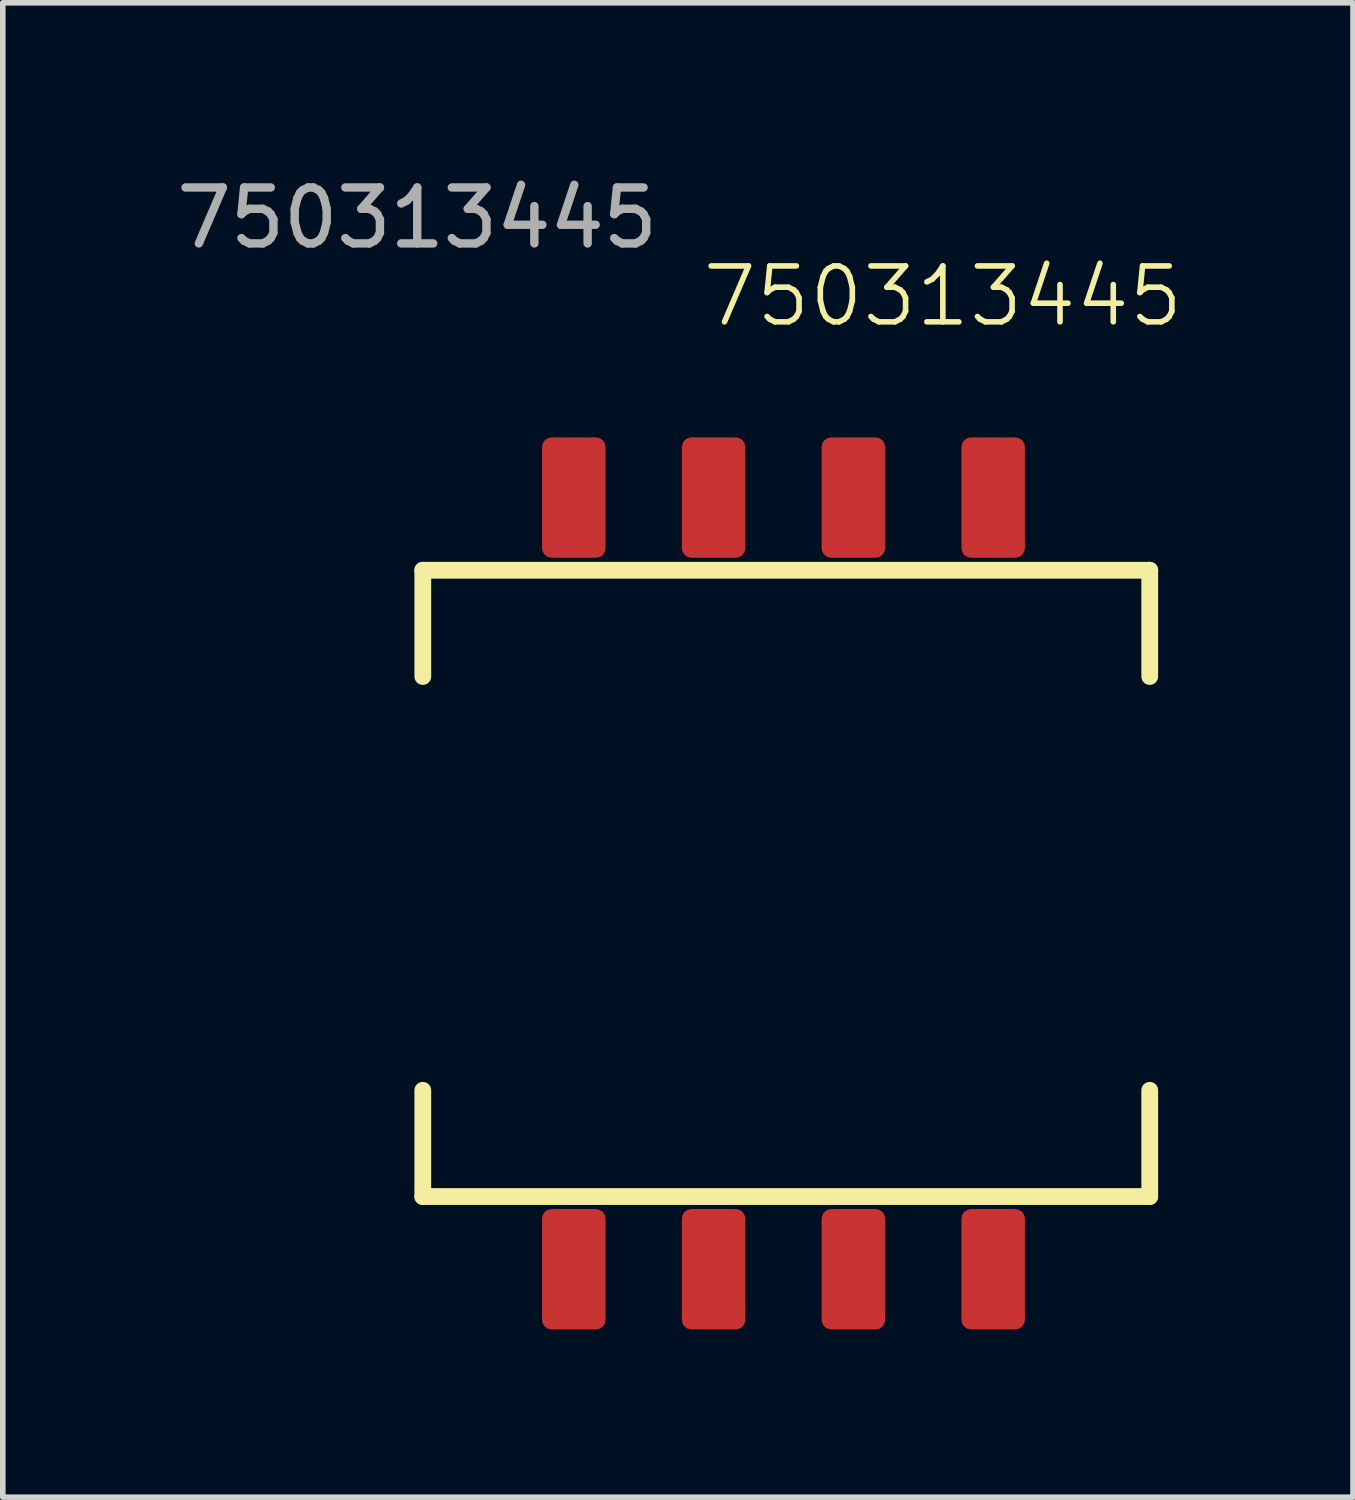
<source format=kicad_pcb>
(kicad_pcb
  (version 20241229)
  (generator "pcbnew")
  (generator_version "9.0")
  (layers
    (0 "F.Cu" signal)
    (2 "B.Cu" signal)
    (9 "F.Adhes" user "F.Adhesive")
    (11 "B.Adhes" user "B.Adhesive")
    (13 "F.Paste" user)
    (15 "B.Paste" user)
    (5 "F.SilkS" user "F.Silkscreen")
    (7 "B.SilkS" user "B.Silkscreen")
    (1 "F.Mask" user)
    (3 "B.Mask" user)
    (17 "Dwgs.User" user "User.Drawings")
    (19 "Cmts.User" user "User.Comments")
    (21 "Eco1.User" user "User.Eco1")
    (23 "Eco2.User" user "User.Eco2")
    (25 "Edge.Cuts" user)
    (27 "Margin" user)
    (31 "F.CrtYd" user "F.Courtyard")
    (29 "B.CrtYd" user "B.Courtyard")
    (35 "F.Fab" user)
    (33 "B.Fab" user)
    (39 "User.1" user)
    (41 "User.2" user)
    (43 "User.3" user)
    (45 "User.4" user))
  (footprint "750313445"
    (layer "F.Cu")
    (at 6.711 4.948)
    (property "Reference" "750313445" (at 7.1 -2.7 0) (unlocked yes) (layer "F.SilkS") (effects (font (size 1 1) (thickness 0.1))))
    (attr smd)
    (fp_line (start -2.2 2.2) (end 10.8 2.2) (stroke (width 0.3) (type solid)) (layer "F.SilkS"))
    (fp_line (start -2.2 4.1) (end -2.2 2.2) (stroke (width 0.3) (type solid)) (layer "F.SilkS"))
    (fp_line (start -2.2 11.5) (end -2.2 13.4) (stroke (width 0.3) (type solid)) (layer "F.SilkS"))
    (fp_line (start 10.8 4.1) (end 10.8 2.2) (stroke (width 0.3) (type solid)) (layer "F.SilkS"))
    (fp_line (start 10.8 11.5) (end 10.8 13.4) (stroke (width 0.3) (type solid)) (layer "F.SilkS"))
    (fp_line (start 10.8 13.4) (end -2.2 13.4) (stroke (width 0.3) (type solid)) (layer "F.SilkS"))
    (fp_text user "${REFERENCE}" (at -2.3 -4.1 0) (unlocked yes) (layer "F.Fab") (effects (font (size 1 1) (thickness 0.15))))
    (pad "1" smd roundrect (at 0.5 0.9 270) (size 2.152 1.135) (layers "F.Cu" "F.Mask" "F.Paste") (roundrect_rratio 0.15))
    (pad "2" smd roundrect (at 3 0.9 270) (size 2.152 1.135) (layers "F.Cu" "F.Mask" "F.Paste") (roundrect_rratio 0.15))
    (pad "3" smd roundrect (at 5.5 0.9 270) (size 2.152 1.135) (layers "F.Cu" "F.Mask" "F.Paste") (roundrect_rratio 0.15))
    (pad "4" smd roundrect (at 8 0.9 270) (size 2.152 1.135) (layers "F.Cu" "F.Mask" "F.Paste") (roundrect_rratio 0.15))
    (pad "5" smd roundrect (at 8 14.7 270) (size 2.152 1.135) (layers "F.Cu" "F.Mask" "F.Paste") (roundrect_rratio 0.15))
    (pad "6" smd roundrect (at 5.5 14.7 270) (size 2.152 1.135) (layers "F.Cu" "F.Mask" "F.Paste") (roundrect_rratio 0.15))
    (pad "7" smd roundrect (at 3 14.7 270) (size 2.152 1.135) (layers "F.Cu" "F.Mask" "F.Paste") (roundrect_rratio 0.15))
    (pad "8" smd roundrect (at 0.5 14.7 270) (size 2.152 1.135) (layers "F.Cu" "F.Mask" "F.Paste") (roundrect_rratio 0.15)))
  (gr_rect
    (start -3 -3)
    (end 21.146 23.724)
    (stroke (width 0.1) (type default))
    (fill no)
    (layer "Edge.Cuts")))
</source>
